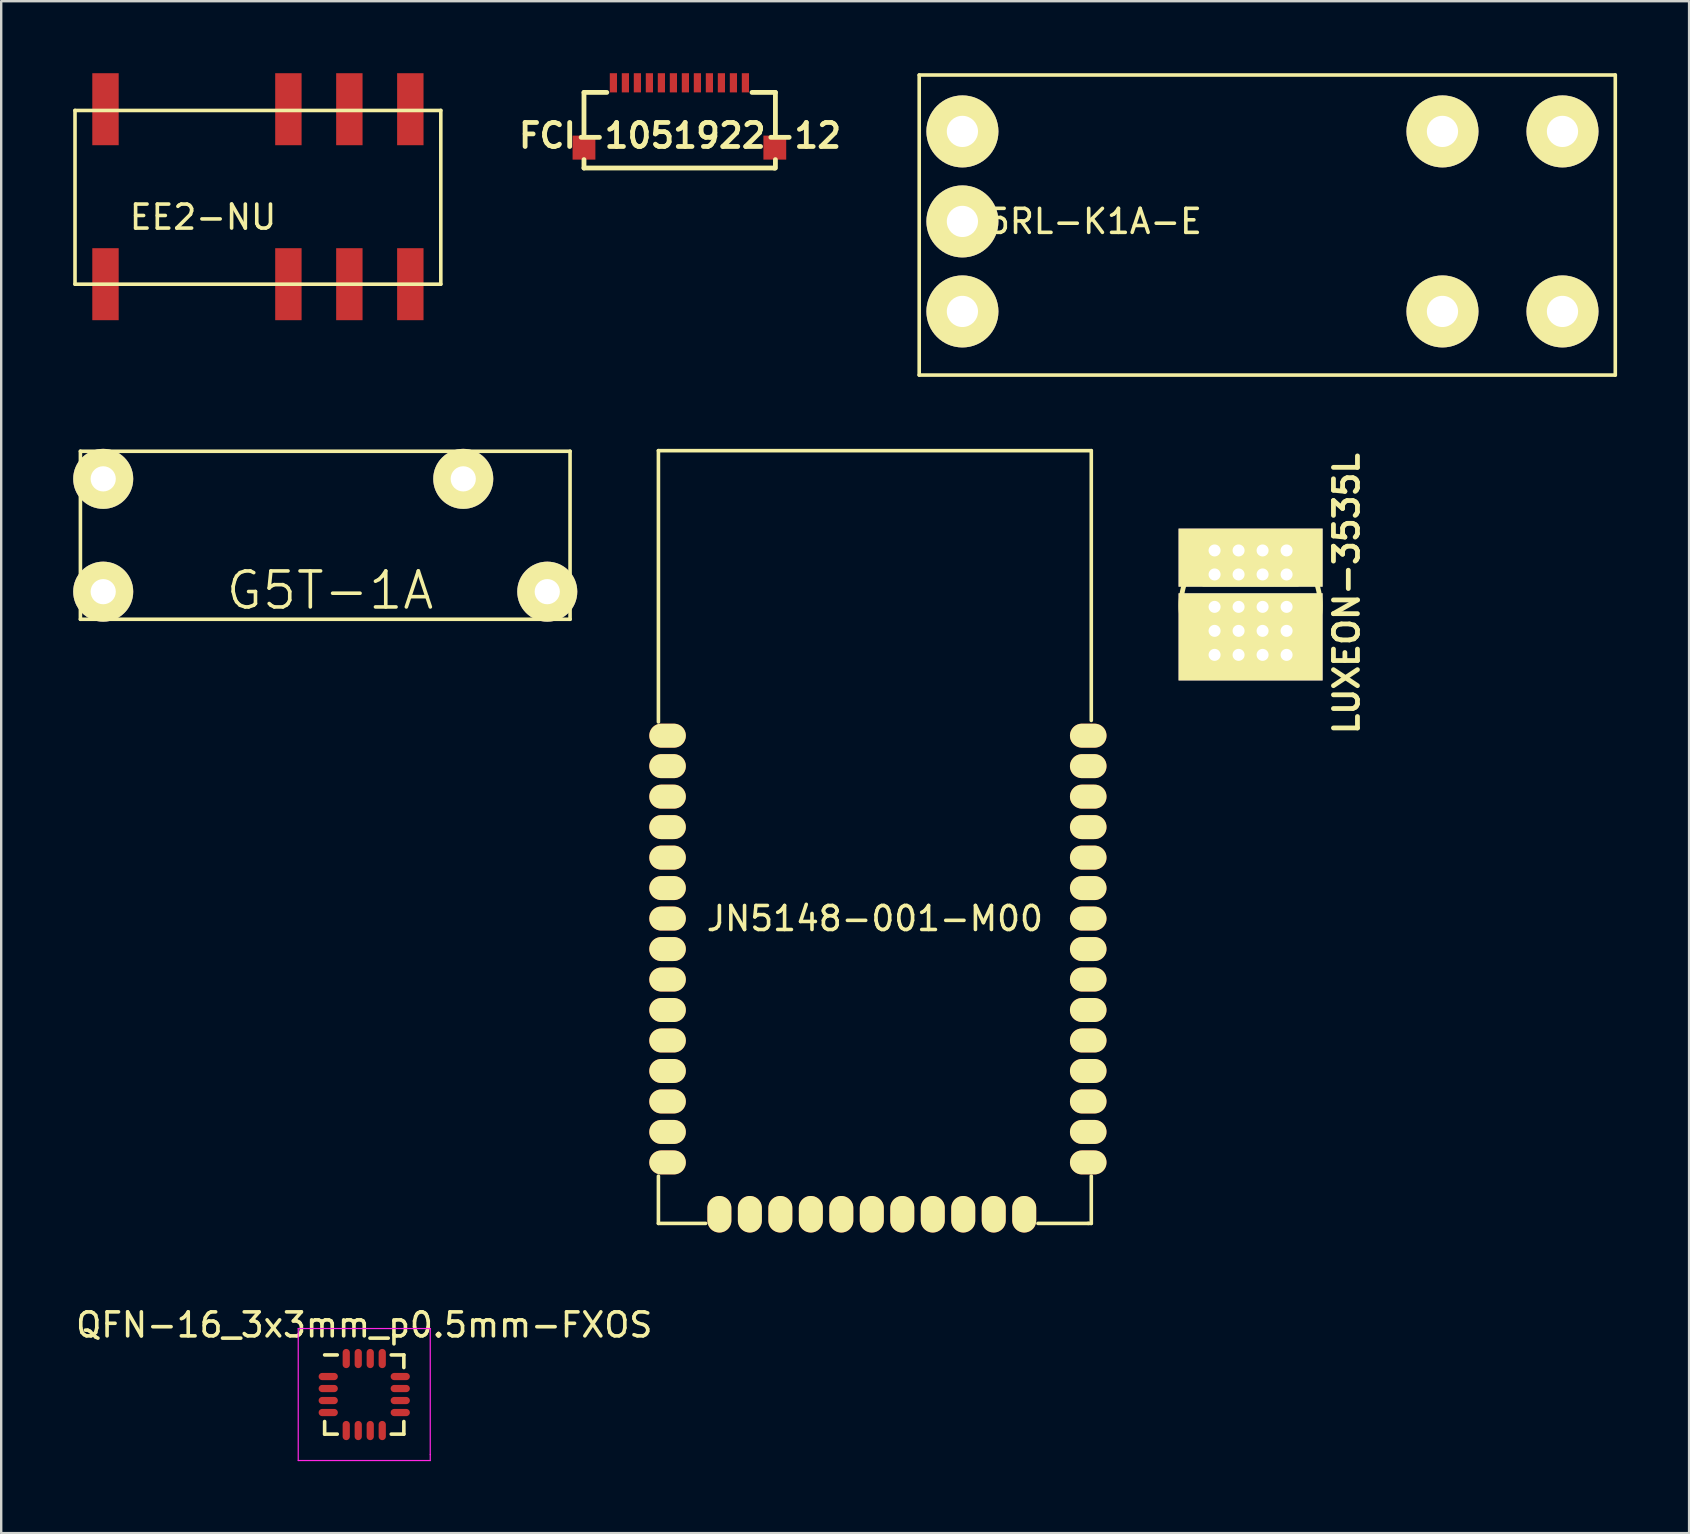
<source format=kicad_pcb>
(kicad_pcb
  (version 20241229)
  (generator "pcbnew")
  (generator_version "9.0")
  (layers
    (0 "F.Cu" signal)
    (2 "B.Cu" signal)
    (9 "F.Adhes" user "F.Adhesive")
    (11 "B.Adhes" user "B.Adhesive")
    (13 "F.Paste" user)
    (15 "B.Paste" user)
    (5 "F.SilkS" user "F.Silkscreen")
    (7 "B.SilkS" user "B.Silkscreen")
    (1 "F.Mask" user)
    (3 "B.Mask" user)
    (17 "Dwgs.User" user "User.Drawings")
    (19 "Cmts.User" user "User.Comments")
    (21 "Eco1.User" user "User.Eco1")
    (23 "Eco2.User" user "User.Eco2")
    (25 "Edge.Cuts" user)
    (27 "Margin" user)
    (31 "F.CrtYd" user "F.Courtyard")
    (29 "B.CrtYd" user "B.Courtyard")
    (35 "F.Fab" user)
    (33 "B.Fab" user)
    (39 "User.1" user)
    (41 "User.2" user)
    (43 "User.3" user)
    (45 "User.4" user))
  (footprint "QFN-16_3x3mm_p0.5mm-FXOS"
    (layer "F.Cu")
    (at 12.125 55.049)
    (property "Reference" "QFN-16_3x3mm_p0.5mm-FXOS" (at 0 -2.9 0) (layer "F.SilkS") (effects (font (size 1 1) (thickness 0.15))))
    (attr smd)
    (fp_line (start -1.65 -1.65) (end -1.125 -1.65) (stroke (width 0.15) (type solid)) (layer "F.SilkS"))
    (fp_line (start -1.65 1.65) (end -1.65 1.125) (stroke (width 0.15) (type solid)) (layer "F.SilkS"))
    (fp_line (start -1.65 1.65) (end -1.125 1.65) (stroke (width 0.15) (type solid)) (layer "F.SilkS"))
    (fp_line (start 1.65 -1.65) (end 1.125 -1.65) (stroke (width 0.15) (type solid)) (layer "F.SilkS"))
    (fp_line (start 1.65 -1.65) (end 1.65 -1.125) (stroke (width 0.15) (type solid)) (layer "F.SilkS"))
    (fp_line (start 1.65 1.65) (end 1.125 1.65) (stroke (width 0.15) (type solid)) (layer "F.SilkS"))
    (fp_line (start 1.65 1.65) (end 1.65 1.125) (stroke (width 0.15) (type solid)) (layer "F.SilkS"))
    (fp_line (start -2.75 -2.75) (end 2.75 -2.75) (stroke (width 0.05) (type solid)) (layer "F.CrtYd"))
    (fp_line (start -2.75 2.75) (end -2.75 -2.75) (stroke (width 0.05) (type solid)) (layer "F.CrtYd"))
    (fp_line (start 2.75 -2.75) (end 2.75 2.5) (stroke (width 0.05) (type solid)) (layer "F.CrtYd"))
    (fp_line (start 2.75 2.5) (end 2.75 2.75) (stroke (width 0.05) (type solid)) (layer "F.CrtYd"))
    (fp_line (start 2.75 2.75) (end -2.75 2.75) (stroke (width 0.05) (type solid)) (layer "F.CrtYd"))
    (pad "" smd rect (at 0 0) (size 2 2) (layers "F.Mask" "F.Paste"))
    (pad "1" smd oval (at -1.5 -0.75) (size 0.8 0.3) (layers "F.Cu" "F.Mask" "F.Paste"))
    (pad "2" smd oval (at -1.5 -0.25) (size 0.8 0.3) (layers "F.Cu" "F.Mask" "F.Paste"))
    (pad "3" smd oval (at -1.5 0.25) (size 0.8 0.3) (layers "F.Cu" "F.Mask" "F.Paste"))
    (pad "4" smd oval (at -1.5 0.75) (size 0.8 0.3) (layers "F.Cu" "F.Mask" "F.Paste"))
    (pad "5" smd oval (at -0.75 1.5 90) (size 0.8 0.3) (layers "F.Cu" "F.Mask" "F.Paste"))
    (pad "6" smd oval (at -0.25 1.5 90) (size 0.8 0.3) (layers "F.Cu" "F.Mask" "F.Paste"))
    (pad "7" smd oval (at 0.25 1.5 90) (size 0.8 0.3) (layers "F.Cu" "F.Mask" "F.Paste"))
    (pad "8" smd oval (at 0.75 1.5 90) (size 0.8 0.3) (layers "F.Cu" "F.Mask" "F.Paste"))
    (pad "9" smd oval (at 1.5 0.75) (size 0.8 0.3) (layers "F.Cu" "F.Mask" "F.Paste"))
    (pad "10" smd oval (at 1.5 0.25) (size 0.8 0.3) (layers "F.Cu" "F.Mask" "F.Paste"))
    (pad "11" smd oval (at 1.5 -0.25) (size 0.8 0.3) (layers "F.Cu" "F.Mask" "F.Paste"))
    (pad "12" smd oval (at 1.5 -0.75) (size 0.8 0.3) (layers "F.Cu" "F.Mask" "F.Paste"))
    (pad "13" smd oval (at 0.75 -1.5 90) (size 0.8 0.3) (layers "F.Cu" "F.Mask" "F.Paste"))
    (pad "14" smd oval (at 0.25 -1.5 90) (size 0.8 0.3) (layers "F.Cu" "F.Mask" "F.Paste"))
    (pad "15" smd oval (at -0.25 -1.5 90) (size 0.8 0.3) (layers "F.Cu" "F.Mask" "F.Paste"))
    (pad "16" smd oval (at -0.75 -1.5 90) (size 0.8 0.3) (layers "F.Cu" "F.Mask" "F.Paste")))
  (footprint "JN5148-001-M00"
    (layer "F.Cu")
    (at 33.398 35.219)
    (property "Reference" "JN5148-001-M00" (at 0 0 0) (layer "F.SilkS") (effects (font (size 1 1) (thickness 0.15))))
    (attr through_hole)
    (fp_line (start -9.017 -19.494) (end 9.017 -19.494) (stroke (width 0.15) (type solid)) (layer "F.SilkS"))
    (fp_line (start -9.017 -8.191) (end -9.017 -19.494) (stroke (width 0.15) (type solid)) (layer "F.SilkS"))
    (fp_line (start -9.017 10.732) (end -9.017 12.7) (stroke (width 0.15) (type solid)) (layer "F.SilkS"))
    (fp_line (start -9.017 12.7) (end -7.048 12.7) (stroke (width 0.15) (type solid)) (layer "F.SilkS"))
    (fp_line (start 8.89 12.7) (end 6.795 12.7) (stroke (width 0.15) (type solid)) (layer "F.SilkS"))
    (fp_line (start 8.89 12.7) (end 9.017 12.7) (stroke (width 0.15) (type solid)) (layer "F.SilkS"))
    (fp_line (start 9.017 -19.494) (end 9.017 -8.255) (stroke (width 0.15) (type solid)) (layer "F.SilkS"))
    (fp_line (start 9.017 12.7) (end 9.017 10.732) (stroke (width 0.15) (type solid)) (layer "F.SilkS"))
    (pad "1" smd oval (at -8.636 -7.62) (size 1.524 1) (layers "F.Cu" "F.Mask" "F.SilkS" "F.Paste"))
    (pad "2" smd oval (at -8.636 -6.35) (size 1.524 1) (layers "F.Cu" "F.Mask" "F.SilkS" "F.Paste"))
    (pad "3" smd oval (at -8.636 -5.08) (size 1.524 1) (layers "F.Cu" "F.Mask" "F.SilkS" "F.Paste"))
    (pad "4" smd oval (at -8.636 -3.81) (size 1.524 1) (layers "F.Cu" "F.Mask" "F.SilkS" "F.Paste"))
    (pad "5" smd oval (at -8.636 -2.54) (size 1.524 1) (layers "F.Cu" "F.Mask" "F.SilkS" "F.Paste"))
    (pad "6" smd oval (at -8.636 -1.27) (size 1.524 1) (layers "F.Cu" "F.Mask" "F.SilkS" "F.Paste"))
    (pad "7" smd oval (at -8.636 0) (size 1.524 1) (layers "F.Cu" "F.Mask" "F.SilkS" "F.Paste"))
    (pad "8" smd oval (at -8.636 1.27) (size 1.524 1) (layers "F.Cu" "F.Mask" "F.SilkS" "F.Paste"))
    (pad "9" smd oval (at -8.636 2.54) (size 1.524 1) (layers "F.Cu" "F.Mask" "F.SilkS" "F.Paste"))
    (pad "10" smd oval (at -8.636 3.81) (size 1.524 1) (layers "F.Cu" "F.Mask" "F.SilkS" "F.Paste"))
    (pad "11" smd oval (at -8.636 5.08) (size 1.524 1) (layers "F.Cu" "F.Mask" "F.SilkS" "F.Paste"))
    (pad "12" smd oval (at -8.636 6.35) (size 1.524 1) (layers "F.Cu" "F.Mask" "F.SilkS" "F.Paste"))
    (pad "13" smd oval (at -8.636 7.62) (size 1.524 1) (layers "F.Cu" "F.Mask" "F.SilkS" "F.Paste"))
    (pad "14" smd oval (at -8.636 8.89) (size 1.524 1) (layers "F.Cu" "F.Mask" "F.SilkS" "F.Paste"))
    (pad "15" smd oval (at -8.636 10.16) (size 1.524 1) (layers "F.Cu" "F.Mask" "F.SilkS" "F.Paste"))
    (pad "16" smd oval (at -6.477 12.319 90) (size 1.524 1) (layers "F.Cu" "F.Mask" "F.SilkS" "F.Paste"))
    (pad "17" smd oval (at -5.207 12.319 90) (size 1.524 1) (layers "F.Cu" "F.Mask" "F.SilkS" "F.Paste"))
    (pad "18" smd oval (at -3.937 12.319 90) (size 1.524 1) (layers "F.Cu" "F.Mask" "F.SilkS" "F.Paste"))
    (pad "19" smd oval (at -2.667 12.319 90) (size 1.524 1) (layers "F.Cu" "F.Mask" "F.SilkS" "F.Paste"))
    (pad "20" smd oval (at -1.397 12.319 90) (size 1.524 1) (layers "F.Cu" "F.Mask" "F.SilkS" "F.Paste"))
    (pad "21" smd oval (at -0.127 12.319 90) (size 1.524 1) (layers "F.Cu" "F.Mask" "F.SilkS" "F.Paste"))
    (pad "22" smd oval (at 1.143 12.319 90) (size 1.524 1) (layers "F.Cu" "F.Mask" "F.SilkS" "F.Paste"))
    (pad "23" smd oval (at 2.413 12.319 90) (size 1.524 1) (layers "F.Cu" "F.Mask" "F.SilkS" "F.Paste"))
    (pad "24" smd oval (at 3.683 12.319 90) (size 1.524 1) (layers "F.Cu" "F.Mask" "F.SilkS" "F.Paste"))
    (pad "25" smd oval (at 4.953 12.319 90) (size 1.524 1) (layers "F.Cu" "F.Mask" "F.SilkS" "F.Paste"))
    (pad "26" smd oval (at 6.223 12.319 90) (size 1.524 1) (layers "F.Cu" "F.Mask" "F.SilkS" "F.Paste"))
    (pad "27" smd oval (at 8.89 10.16) (size 1.524 1) (layers "F.Cu" "F.Mask" "F.SilkS" "F.Paste"))
    (pad "28" smd oval (at 8.89 8.89) (size 1.524 1) (layers "F.Cu" "F.Mask" "F.SilkS" "F.Paste"))
    (pad "29" smd oval (at 8.89 7.62) (size 1.524 1) (layers "F.Cu" "F.Mask" "F.SilkS" "F.Paste"))
    (pad "30" smd oval (at 8.89 6.35) (size 1.524 1) (layers "F.Cu" "F.Mask" "F.SilkS" "F.Paste"))
    (pad "31" smd oval (at 8.89 5.08) (size 1.524 1) (layers "F.Cu" "F.Mask" "F.SilkS" "F.Paste"))
    (pad "32" smd oval (at 8.89 3.81) (size 1.524 1) (layers "F.Cu" "F.Mask" "F.SilkS" "F.Paste"))
    (pad "33" smd oval (at 8.89 2.54) (size 1.524 1) (layers "F.Cu" "F.Mask" "F.SilkS" "F.Paste"))
    (pad "34" smd oval (at 8.89 1.27) (size 1.524 1) (layers "F.Cu" "F.Mask" "F.SilkS" "F.Paste"))
    (pad "35" smd oval (at 8.89 0) (size 1.524 1) (layers "F.Cu" "F.Mask" "F.SilkS" "F.Paste"))
    (pad "36" smd oval (at 8.89 -1.27) (size 1.524 1) (layers "F.Cu" "F.Mask" "F.SilkS" "F.Paste"))
    (pad "37" smd oval (at 8.89 -2.54) (size 1.524 1) (layers "F.Cu" "F.Mask" "F.SilkS" "F.Paste"))
    (pad "38" smd oval (at 8.89 -3.81) (size 1.524 1) (layers "F.Cu" "F.Mask" "F.SilkS" "F.Paste"))
    (pad "39" smd oval (at 8.89 -5.08) (size 1.524 1) (layers "F.Cu" "F.Mask" "F.SilkS" "F.Paste"))
    (pad "40" smd oval (at 8.89 -6.35) (size 1.524 1) (layers "F.Cu" "F.Mask" "F.SilkS" "F.Paste"))
    (pad "41" smd oval (at 8.89 -7.62) (size 1.524 1) (layers "F.Cu" "F.Mask" "F.SilkS" "F.Paste")))
  (footprint "EE2-NU"
    (layer "F.Cu")
    (at 1.345 8.79)
    (property "Reference" "EE2-NU" (at 4.064 -2.794 180) (layer "F.SilkS") (effects (font (size 1 1) (thickness 0.15))))
    (attr through_hole)
    (fp_line (start -1.27 -7.239) (end -1.27 0) (stroke (width 0.15) (type solid)) (layer "F.SilkS"))
    (fp_line (start -1.27 0) (end 13.97 0) (stroke (width 0.15) (type solid)) (layer "F.SilkS"))
    (fp_line (start 13.97 -7.239) (end -1.27 -7.239) (stroke (width 0.15) (type solid)) (layer "F.SilkS"))
    (fp_line (start 13.97 0) (end 13.97 -7.239) (stroke (width 0.15) (type solid)) (layer "F.SilkS"))
    (pad "1" smd rect (at 0 0) (size 1.1 3) (layers "F.Cu" "F.Mask" "F.Paste"))
    (pad "3" smd rect (at 7.62 0) (size 1.1 3) (layers "F.Cu" "F.Mask" "F.Paste"))
    (pad "4" smd rect (at 10.16 0) (size 1.1 3) (layers "F.Cu" "F.Mask" "F.Paste"))
    (pad "5" smd rect (at 12.7 0) (size 1.1 3) (layers "F.Cu" "F.Mask" "F.Paste"))
    (pad "8" smd rect (at 12.7 -7.29) (size 1.1 3) (layers "F.Cu" "F.Mask" "F.Paste"))
    (pad "9" smd rect (at 10.16 -7.29) (size 1.1 3) (layers "F.Cu" "F.Mask" "F.Paste"))
    (pad "10" smd rect (at 7.62 -7.29) (size 1.1 3) (layers "F.Cu" "F.Mask" "F.Paste"))
    (pad "12" smd rect (at 0 -7.29) (size 1.1 3) (layers "F.Cu" "F.Mask" "F.Paste")))
  (footprint "G5RL-K1A-E"
    (layer "F.Cu")
    (at 37.046 6.175)
    (property "Reference" "G5RL-K1A-E" (at 5 0 0) (layer "F.SilkS") (effects (font (size 1 1) (thickness 0.15))))
    (attr through_hole)
    (fp_line (start -1.8 -6.1) (end -1.8 6.4) (stroke (width 0.15) (type solid)) (layer "F.SilkS"))
    (fp_line (start -1.8 -6.1) (end 27.2 -6.1) (stroke (width 0.15) (type solid)) (layer "F.SilkS"))
    (fp_line (start -1.8 6.4) (end 27.2 6.4) (stroke (width 0.15) (type solid)) (layer "F.SilkS"))
    (fp_line (start 27.2 -6.1) (end 27.2 6.4) (stroke (width 0.15) (type solid)) (layer "F.SilkS"))
    (pad "1" thru_hole circle (at 0 3.75) (size 3 3) (drill 1.3) (layers "*.Cu" "*.Mask" "F.SilkS"))
    (pad "3" thru_hole circle (at 20 3.75) (size 3 3) (drill 1.3) (layers "*.Cu" "*.Mask" "F.SilkS"))
    (pad "4" thru_hole circle (at 25 3.75) (size 3 3) (drill 1.3) (layers "*.Cu" "*.Mask" "F.SilkS"))
    (pad "5" thru_hole circle (at 25 -3.75) (size 3 3) (drill 1.3) (layers "*.Cu" "*.Mask" "F.SilkS"))
    (pad "6" thru_hole circle (at 20 -3.75) (size 3 3) (drill 1.3) (layers "*.Cu" "*.Mask" "F.SilkS"))
    (pad "8" thru_hole circle (at 0 -3.75) (size 3 3) (drill 1.3) (layers "*.Cu" "*.Mask" "F.SilkS"))
    (pad "9" thru_hole circle (at 0 0) (size 3 3) (drill 1.3) (layers "*.Cu" "*.Mask" "F.SilkS")))
  (footprint "FCI-1051922-12"
    (layer "F.Cu")
    (at 25.255 2.6)
    (property "Reference" "FCI-1051922-12" (at 0.025 0 0) (layer "F.SilkS") (effects (font (size 1 1) (thickness 0.2))))
    (attr through_hole)
    (fp_line (start -3.975 -1.8) (end -3.025 -1.8) (stroke (width 0.2) (type solid)) (layer "F.SilkS"))
    (fp_line (start -3.975 0) (end -3.975 -1.8) (stroke (width 0.2) (type solid)) (layer "F.SilkS"))
    (fp_line (start -3.975 1) (end -3.975 1.35) (stroke (width 0.2) (type solid)) (layer "F.SilkS"))
    (fp_line (start -3.975 1.35) (end 3.95 1.35) (stroke (width 0.2) (type solid)) (layer "F.SilkS"))
    (fp_line (start 3.95 1.35) (end 3.975 1.35) (stroke (width 0.2) (type solid)) (layer "F.SilkS"))
    (fp_line (start 4 -1.8) (end 3.025 -1.8) (stroke (width 0.2) (type solid)) (layer "F.SilkS"))
    (fp_line (start 4 0) (end 4 -1.8) (stroke (width 0.2) (type solid)) (layer "F.SilkS"))
    (fp_line (start 4 1.35) (end 4 1) (stroke (width 0.2) (type solid)) (layer "F.SilkS"))
    (pad "1" smd rect (at -2.75 -2.2) (size 0.3 0.8) (layers "F.Cu" "F.Mask" "F.Paste"))
    (pad "2" smd rect (at -2.25 -2.2) (size 0.3 0.8) (layers "F.Cu" "F.Mask" "F.Paste"))
    (pad "3" smd rect (at -1.75 -2.2) (size 0.3 0.8) (layers "F.Cu" "F.Mask" "F.Paste"))
    (pad "4" smd rect (at -1.25 -2.2) (size 0.3 0.8) (layers "F.Cu" "F.Mask" "F.Paste"))
    (pad "5" smd rect (at -0.75 -2.2) (size 0.3 0.8) (layers "F.Cu" "F.Mask" "F.Paste"))
    (pad "6" smd rect (at -0.25 -2.2) (size 0.3 0.8) (layers "F.Cu" "F.Mask" "F.Paste"))
    (pad "7" smd rect (at 0.25 -2.2) (size 0.3 0.8) (layers "F.Cu" "F.Mask" "F.Paste"))
    (pad "8" smd rect (at 0.75 -2.2) (size 0.3 0.8) (layers "F.Cu" "F.Mask" "F.Paste"))
    (pad "9" smd rect (at 1.25 -2.2) (size 0.3 0.8) (layers "F.Cu" "F.Mask" "F.Paste"))
    (pad "10" smd rect (at 1.75 -2.2) (size 0.3 0.8) (layers "F.Cu" "F.Mask" "F.Paste"))
    (pad "11" smd rect (at 2.25 -2.2) (size 0.3 0.8) (layers "F.Cu" "F.Mask" "F.Paste"))
    (pad "12" smd rect (at 2.75 -2.2) (size 0.3 0.8) (layers "F.Cu" "F.Mask" "F.Paste"))
    (pad "13" smd rect (at -3.975 0.5) (size 0.95 1) (layers "F.Cu" "F.Mask" "F.Paste"))
    (pad "13" smd rect (at 3.975 0.5) (size 0.95 1) (layers "F.Cu" "F.Mask" "F.Paste")))
  (footprint "LUXEON-3535L"
    (layer "F.Cu")
    (at 49.052 21.683)
    (property "Reference" "LUXEON-3535L" (at 4 0 90) (layer "F.SilkS") (effects (font (size 1 1) (thickness 0.2))))
    (attr through_hole)
    (fp_circle (center 0 0.5) (end 2.9 0.4) (stroke (width 0.2) (type solid)) (fill no) (layer "F.SilkS"))
    (pad "1" thru_hole rect (at -1.5 -1.8) (size 1 1) (drill 0.5) (layers "*.Cu" "*.Mask" "F.SilkS"))
    (pad "1" thru_hole rect (at -1.5 -0.8) (size 1 1) (drill 0.5) (layers "*.Cu" "*.Mask" "F.SilkS"))
    (pad "1" thru_hole rect (at -0.5 -1.8) (size 1 1) (drill 0.5) (layers "*.Cu" "*.Mask" "F.SilkS"))
    (pad "1" thru_hole rect (at -0.5 -0.8) (size 1 1) (drill 0.5) (layers "*.Cu" "*.Mask" "F.SilkS"))
    (pad "1" smd rect (at 0 -1.5) (size 6 2.42) (layers "*.Cu" "F.SilkS"))
    (pad "1" thru_hole rect (at 0.5 -1.8) (size 1 1) (drill 0.5) (layers "*.Cu" "*.Mask" "F.SilkS"))
    (pad "1" thru_hole rect (at 0.5 -0.8) (size 1 1) (drill 0.5) (layers "*.Cu" "*.Mask" "F.SilkS"))
    (pad "1" thru_hole rect (at 1.5 -1.8) (size 1 1) (drill 0.5) (layers "*.Cu" "*.Mask" "F.SilkS"))
    (pad "1" thru_hole rect (at 1.5 -0.8) (size 1 1) (drill 0.5) (layers "*.Cu" "*.Mask" "F.SilkS"))
    (pad "2" thru_hole rect (at -1.5 0.55) (size 1 1) (drill 0.5) (layers "*.Cu" "*.Mask" "F.SilkS"))
    (pad "2" thru_hole rect (at -1.5 1.55) (size 1 1) (drill 0.5) (layers "*.Cu" "*.Mask" "F.SilkS"))
    (pad "2" thru_hole rect (at -1.5 2.55) (size 1 1) (drill 0.5) (layers "*.Cu" "*.Mask" "F.SilkS"))
    (pad "2" thru_hole rect (at -0.5 0.55) (size 1 1) (drill 0.5) (layers "*.Cu" "*.Mask" "F.SilkS"))
    (pad "2" thru_hole rect (at -0.5 1.55) (size 1 1) (drill 0.5) (layers "*.Cu" "*.Mask" "F.SilkS"))
    (pad "2" thru_hole rect (at -0.5 2.55) (size 1 1) (drill 0.5) (layers "*.Cu" "*.Mask" "F.SilkS"))
    (pad "2" smd rect (at 0 1.8) (size 6 3.63) (layers "*.Cu" "F.SilkS"))
    (pad "2" thru_hole rect (at 0.5 0.55) (size 1 1) (drill 0.5) (layers "*.Cu" "*.Mask" "F.SilkS"))
    (pad "2" thru_hole rect (at 0.5 1.55) (size 1 1) (drill 0.5) (layers "*.Cu" "*.Mask" "F.SilkS"))
    (pad "2" thru_hole rect (at 0.5 2.55) (size 1 1) (drill 0.5) (layers "*.Cu" "*.Mask" "F.SilkS"))
    (pad "2" thru_hole rect (at 1.5 0.55) (size 1 1) (drill 0.5) (layers "*.Cu" "*.Mask" "F.SilkS"))
    (pad "2" thru_hole rect (at 1.5 1.55) (size 1 1) (drill 0.5) (layers "*.Cu" "*.Mask" "F.SilkS"))
    (pad "2" thru_hole rect (at 1.5 2.55) (size 1 1) (drill 0.5) (layers "*.Cu" "*.Mask" "F.SilkS")))
  (footprint "G5T-1A"
    (layer "F.Cu")
    (at 1.25 21.6)
    (property "Reference" "G5T-1A" (at 9.45 -0.05 0) (layer "F.SilkS") (effects (font (size 1.5 1.5) (thickness 0.15))))
    (attr through_hole)
    (fp_line (start -0.95 -5.85) (end -0.95 1.15) (stroke (width 0.15) (type solid)) (layer "F.SilkS"))
    (fp_line (start -0.95 1.15) (end 19.45 1.15) (stroke (width 0.15) (type solid)) (layer "F.SilkS"))
    (fp_line (start 19.45 -5.85) (end -0.95 -5.85) (stroke (width 0.15) (type solid)) (layer "F.SilkS"))
    (fp_line (start 19.45 1.15) (end 19.45 -5.85) (stroke (width 0.15) (type solid)) (layer "F.SilkS"))
    (pad "11" thru_hole circle (at 15 -4.7) (size 2.5 2.5) (drill 1.05) (layers "*.Cu" "*.Mask" "F.SilkS"))
    (pad "14" thru_hole circle (at 18.5 0) (size 2.5 2.5) (drill 1.05) (layers "*.Cu" "*.Mask" "F.SilkS"))
    (pad "A1" thru_hole circle (at 0 0) (size 2.5 2.5) (drill 1.05) (layers "*.Cu" "*.Mask" "F.SilkS"))
    (pad "A2" thru_hole circle (at 0 -4.7) (size 2.5 2.5) (drill 1.05) (layers "*.Cu" "*.Mask" "F.SilkS")))
  (gr_rect
    (start -3 -3)
    (end 67.321 60.824)
    (stroke (width 0.1) (type default))
    (fill no)
    (layer "Edge.Cuts")))
</source>
